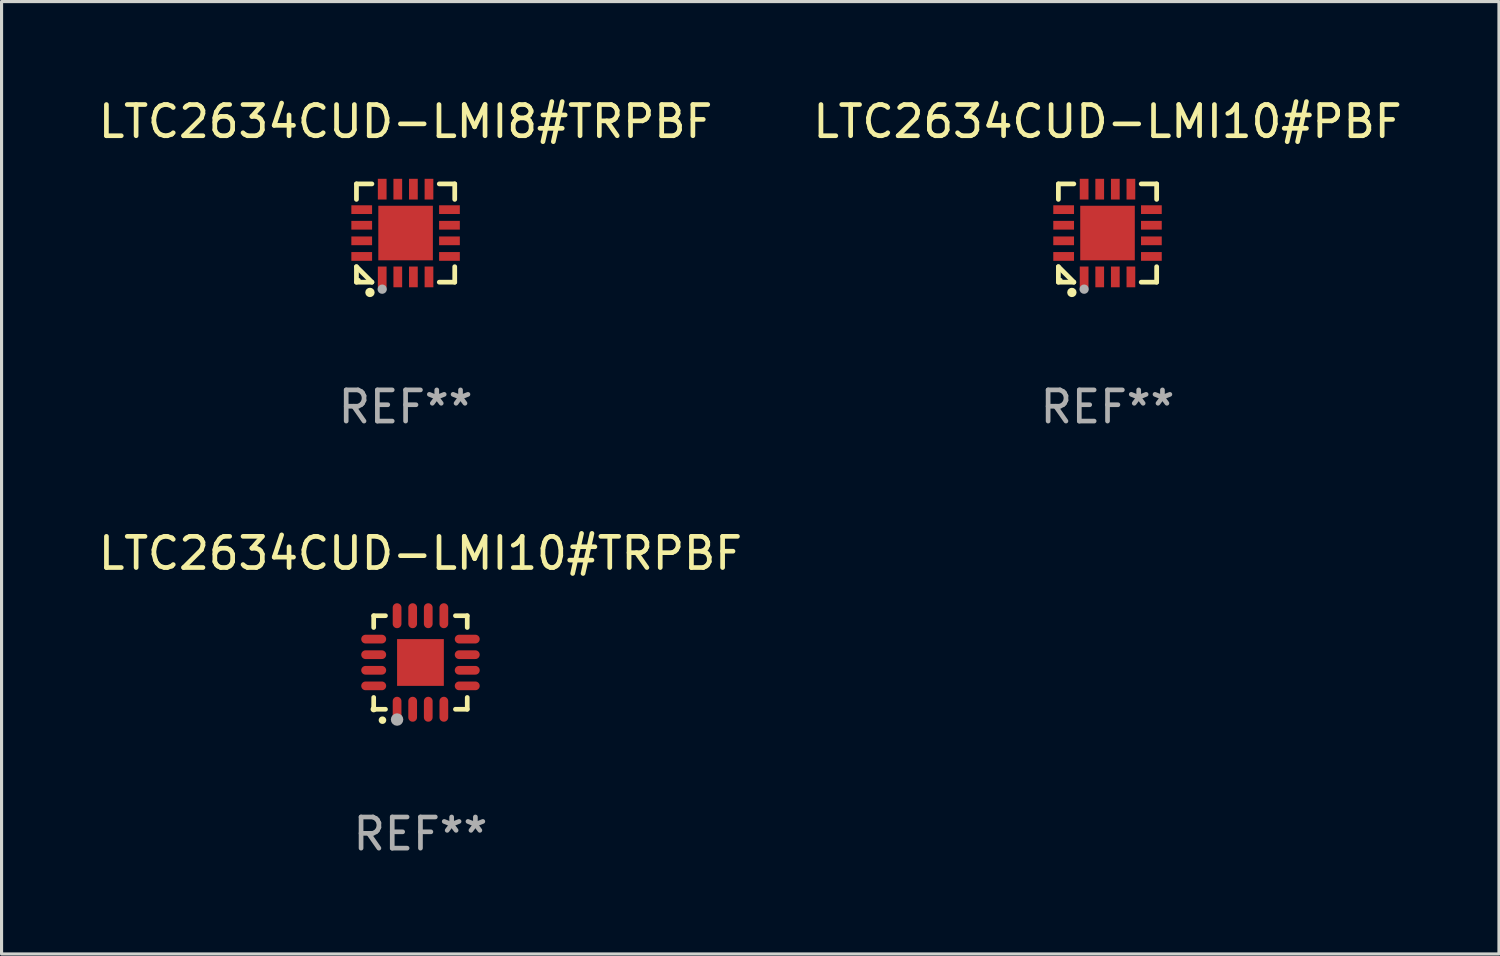
<source format=kicad_pcb>
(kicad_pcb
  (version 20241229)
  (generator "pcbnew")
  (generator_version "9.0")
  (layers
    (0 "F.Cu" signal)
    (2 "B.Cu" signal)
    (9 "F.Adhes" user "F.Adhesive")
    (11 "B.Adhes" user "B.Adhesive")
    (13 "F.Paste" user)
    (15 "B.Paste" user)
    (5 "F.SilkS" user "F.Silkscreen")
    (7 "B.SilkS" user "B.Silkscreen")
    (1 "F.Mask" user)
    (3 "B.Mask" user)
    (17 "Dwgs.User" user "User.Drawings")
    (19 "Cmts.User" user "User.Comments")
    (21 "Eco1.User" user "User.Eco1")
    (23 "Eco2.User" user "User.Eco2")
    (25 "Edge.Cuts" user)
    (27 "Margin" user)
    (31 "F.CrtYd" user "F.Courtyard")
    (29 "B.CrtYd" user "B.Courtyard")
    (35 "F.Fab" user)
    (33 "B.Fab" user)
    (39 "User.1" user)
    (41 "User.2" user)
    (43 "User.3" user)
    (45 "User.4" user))
  (footprint "LTC2634CUD-LMI10#PBF"
    (layer "F.Cu")
    (at 32.47 4.424)
    (property "Reference" "LTC2634CUD-LMI10#PBF" (at 0 -3.576 0) (layer "F.SilkS") (effects (font (size 1 1) (thickness 0.15))))
    (attr through_hole)
    (fp_line (start -1.576 -1.576) (end -1.08 -1.576) (stroke (width 0.152) (type solid)) (layer "F.SilkS"))
    (fp_line (start -1.576 -1.08) (end -1.576 -1.576) (stroke (width 0.152) (type solid)) (layer "F.SilkS"))
    (fp_line (start -1.576 1.08) (end -1.576 1.576) (stroke (width 0.152) (type solid)) (layer "F.SilkS"))
    (fp_line (start -1.576 1.576) (end -1.08 1.576) (stroke (width 0.152) (type solid)) (layer "F.SilkS"))
    (fp_line (start -1.08 1.576) (end -1.576 1.08) (stroke (width 0.152) (type solid)) (layer "F.SilkS"))
    (fp_line (start 1.576 -1.576) (end 1.08 -1.576) (stroke (width 0.152) (type solid)) (layer "F.SilkS"))
    (fp_line (start 1.576 -1.08) (end 1.576 -1.576) (stroke (width 0.152) (type solid)) (layer "F.SilkS"))
    (fp_line (start 1.576 1.08) (end 1.576 1.576) (stroke (width 0.152) (type solid)) (layer "F.SilkS"))
    (fp_line (start 1.576 1.576) (end 1.08 1.576) (stroke (width 0.152) (type solid)) (layer "F.SilkS"))
    (fp_circle (center -1.5 1.5) (end -1.47 1.5) (stroke (width 0.06) (type solid)) (fill no) (layer "F.SilkS"))
    (fp_circle (center -1.143 1.905) (end -1.068 1.905) (stroke (width 0.15) (type solid)) (fill no) (layer "F.SilkS"))
    (fp_circle (center -0.75 1.8) (end -0.675 1.8) (stroke (width 0.15) (type solid)) (fill no) (layer "F.Fab"))
    (fp_text user "REF**" (at 0 5.576 0) (layer "F.Fab") (effects (font (size 1 1) (thickness 0.15))))
    (pad "1" smd rect (at -0.75 1.407) (size 0.28 0.665) (layers "F.Cu" "F.Mask" "F.Paste"))
    (pad "2" smd rect (at -0.25 1.407) (size 0.28 0.665) (layers "F.Cu" "F.Mask" "F.Paste"))
    (pad "3" smd rect (at 0.25 1.407) (size 0.28 0.665) (layers "F.Cu" "F.Mask" "F.Paste"))
    (pad "4" smd rect (at 0.75 1.407) (size 0.28 0.665) (layers "F.Cu" "F.Mask" "F.Paste"))
    (pad "5" smd rect (at 1.407 0.75) (size 0.665 0.28) (layers "F.Cu" "F.Mask" "F.Paste"))
    (pad "6" smd rect (at 1.407 0.25) (size 0.665 0.28) (layers "F.Cu" "F.Mask" "F.Paste"))
    (pad "7" smd rect (at 1.407 -0.25) (size 0.665 0.28) (layers "F.Cu" "F.Mask" "F.Paste"))
    (pad "8" smd rect (at 1.407 -0.75) (size 0.665 0.28) (layers "F.Cu" "F.Mask" "F.Paste"))
    (pad "9" smd rect (at 0.75 -1.407) (size 0.28 0.665) (layers "F.Cu" "F.Mask" "F.Paste"))
    (pad "10" smd rect (at 0.25 -1.407) (size 0.28 0.665) (layers "F.Cu" "F.Mask" "F.Paste"))
    (pad "11" smd rect (at -0.25 -1.407) (size 0.28 0.665) (layers "F.Cu" "F.Mask" "F.Paste"))
    (pad "12" smd rect (at -0.75 -1.407) (size 0.28 0.665) (layers "F.Cu" "F.Mask" "F.Paste"))
    (pad "13" smd rect (at -1.407 -0.75) (size 0.665 0.28) (layers "F.Cu" "F.Mask" "F.Paste"))
    (pad "14" smd rect (at -1.407 -0.25) (size 0.665 0.28) (layers "F.Cu" "F.Mask" "F.Paste"))
    (pad "15" smd rect (at -1.407 0.25) (size 0.665 0.28) (layers "F.Cu" "F.Mask" "F.Paste"))
    (pad "16" smd rect (at -1.407 0.75) (size 0.665 0.28) (layers "F.Cu" "F.Mask" "F.Paste"))
    (pad "17" smd rect (at 0 0) (size 1.75 1.75) (layers "F.Cu" "F.Mask" "F.Paste")))
  (footprint "LTC2634CUD-LMI10#TRPBF"
    (layer "F.Cu")
    (at 10.435 18.197)
    (property "Reference" "LTC2634CUD-LMI10#TRPBF" (at 0 -3.5 0) (layer "F.SilkS") (effects (font (size 1 1) (thickness 0.15))))
    (attr through_hole)
    (fp_line (start -1.5 -1.5) (end -1.121 -1.5) (stroke (width 0.15) (type solid)) (layer "F.SilkS"))
    (fp_line (start -1.5 -1.122) (end -1.5 -1.5) (stroke (width 0.15) (type solid)) (layer "F.SilkS"))
    (fp_line (start -1.5 1.5) (end -1.5 1.121) (stroke (width 0.15) (type solid)) (layer "F.SilkS"))
    (fp_line (start -1.121 1.5) (end -1.5 1.5) (stroke (width 0.15) (type solid)) (layer "F.SilkS"))
    (fp_line (start 1.121 -1.5) (end 1.5 -1.5) (stroke (width 0.15) (type solid)) (layer "F.SilkS"))
    (fp_line (start 1.5 -1.5) (end 1.5 -1.122) (stroke (width 0.15) (type solid)) (layer "F.SilkS"))
    (fp_line (start 1.5 1.121) (end 1.5 1.5) (stroke (width 0.15) (type solid)) (layer "F.SilkS"))
    (fp_line (start 1.5 1.5) (end 1.121 1.5) (stroke (width 0.15) (type solid)) (layer "F.SilkS"))
    (fp_arc (start -1.219926 1.850254) (mid -1.21891 1.85025) (end -1.217894 1.850254) (stroke (width 0.240005) (type solid)) (layer "F.SilkS"))
    (fp_circle (center -1.5 1.5) (end -1.45 1.5) (stroke (width 0.1) (type solid)) (fill no) (layer "F.SilkS"))
    (fp_circle (center -0.75 1.83) (end -0.65 1.83) (stroke (width 0.2) (type solid)) (fill no) (layer "F.Fab"))
    (fp_text user "REF**" (at 0 5.5 0) (layer "F.Fab") (effects (font (size 1 1) (thickness 0.15))))
    (pad "1" smd oval (at -0.75 1.5) (size 0.28 0.8) (layers "F.Cu" "F.Mask" "F.Paste"))
    (pad "2" smd oval (at -0.25 1.5) (size 0.28 0.8) (layers "F.Cu" "F.Mask" "F.Paste"))
    (pad "3" smd oval (at 0.25 1.5) (size 0.28 0.8) (layers "F.Cu" "F.Mask" "F.Paste"))
    (pad "4" smd oval (at 0.75 1.5) (size 0.28 0.8) (layers "F.Cu" "F.Mask" "F.Paste"))
    (pad "5" smd oval (at 1.5 0.75) (size 0.8 0.28) (layers "F.Cu" "F.Mask" "F.Paste"))
    (pad "6" smd oval (at 1.5 0.25) (size 0.8 0.28) (layers "F.Cu" "F.Mask" "F.Paste"))
    (pad "7" smd oval (at 1.5 -0.25) (size 0.8 0.28) (layers "F.Cu" "F.Mask" "F.Paste"))
    (pad "8" smd oval (at 1.5 -0.75) (size 0.8 0.28) (layers "F.Cu" "F.Mask" "F.Paste"))
    (pad "9" smd oval (at 0.75 -1.5) (size 0.28 0.8) (layers "F.Cu" "F.Mask" "F.Paste"))
    (pad "10" smd oval (at 0.25 -1.5) (size 0.28 0.8) (layers "F.Cu" "F.Mask" "F.Paste"))
    (pad "11" smd oval (at -0.25 -1.5) (size 0.28 0.8) (layers "F.Cu" "F.Mask" "F.Paste"))
    (pad "12" smd oval (at -0.75 -1.5) (size 0.28 0.8) (layers "F.Cu" "F.Mask" "F.Paste"))
    (pad "13" smd oval (at -1.5 -0.75) (size 0.8 0.28) (layers "F.Cu" "F.Mask" "F.Paste"))
    (pad "14" smd oval (at -1.5 -0.25) (size 0.8 0.28) (layers "F.Cu" "F.Mask" "F.Paste"))
    (pad "15" smd oval (at -1.5 0.25) (size 0.8 0.28) (layers "F.Cu" "F.Mask" "F.Paste"))
    (pad "16" smd oval (at -1.5 0.75) (size 0.8 0.28) (layers "F.Cu" "F.Mask" "F.Paste"))
    (pad "17" smd rect (at -0.000064 0.000165) (size 1.5 1.5) (layers "F.Cu" "F.Mask" "F.Paste")))
  (footprint "LTC2634CUD-LMI8#TRPBF"
    (layer "F.Cu")
    (at 9.958 4.424)
    (property "Reference" "LTC2634CUD-LMI8#TRPBF" (at 0 -3.576 0) (layer "F.SilkS") (effects (font (size 1 1) (thickness 0.15))))
    (attr through_hole)
    (fp_line (start -1.576 -1.576) (end -1.08 -1.576) (stroke (width 0.152) (type solid)) (layer "F.SilkS"))
    (fp_line (start -1.576 -1.08) (end -1.576 -1.576) (stroke (width 0.152) (type solid)) (layer "F.SilkS"))
    (fp_line (start -1.576 1.08) (end -1.576 1.576) (stroke (width 0.152) (type solid)) (layer "F.SilkS"))
    (fp_line (start -1.576 1.576) (end -1.08 1.576) (stroke (width 0.152) (type solid)) (layer "F.SilkS"))
    (fp_line (start -1.08 1.576) (end -1.576 1.08) (stroke (width 0.152) (type solid)) (layer "F.SilkS"))
    (fp_line (start 1.576 -1.576) (end 1.08 -1.576) (stroke (width 0.152) (type solid)) (layer "F.SilkS"))
    (fp_line (start 1.576 -1.08) (end 1.576 -1.576) (stroke (width 0.152) (type solid)) (layer "F.SilkS"))
    (fp_line (start 1.576 1.08) (end 1.576 1.576) (stroke (width 0.152) (type solid)) (layer "F.SilkS"))
    (fp_line (start 1.576 1.576) (end 1.08 1.576) (stroke (width 0.152) (type solid)) (layer "F.SilkS"))
    (fp_circle (center -1.5 1.5) (end -1.47 1.5) (stroke (width 0.06) (type solid)) (fill no) (layer "F.SilkS"))
    (fp_circle (center -1.143 1.905) (end -1.068 1.905) (stroke (width 0.15) (type solid)) (fill no) (layer "F.SilkS"))
    (fp_circle (center -0.75 1.8) (end -0.675 1.8) (stroke (width 0.15) (type solid)) (fill no) (layer "F.Fab"))
    (fp_text user "REF**" (at 0 5.576 0) (layer "F.Fab") (effects (font (size 1 1) (thickness 0.15))))
    (pad "1" smd rect (at -0.75 1.407) (size 0.28 0.665) (layers "F.Cu" "F.Mask" "F.Paste"))
    (pad "2" smd rect (at -0.25 1.407) (size 0.28 0.665) (layers "F.Cu" "F.Mask" "F.Paste"))
    (pad "3" smd rect (at 0.25 1.407) (size 0.28 0.665) (layers "F.Cu" "F.Mask" "F.Paste"))
    (pad "4" smd rect (at 0.75 1.407) (size 0.28 0.665) (layers "F.Cu" "F.Mask" "F.Paste"))
    (pad "5" smd rect (at 1.407 0.75) (size 0.665 0.28) (layers "F.Cu" "F.Mask" "F.Paste"))
    (pad "6" smd rect (at 1.407 0.25) (size 0.665 0.28) (layers "F.Cu" "F.Mask" "F.Paste"))
    (pad "7" smd rect (at 1.407 -0.25) (size 0.665 0.28) (layers "F.Cu" "F.Mask" "F.Paste"))
    (pad "8" smd rect (at 1.407 -0.75) (size 0.665 0.28) (layers "F.Cu" "F.Mask" "F.Paste"))
    (pad "9" smd rect (at 0.75 -1.407) (size 0.28 0.665) (layers "F.Cu" "F.Mask" "F.Paste"))
    (pad "10" smd rect (at 0.25 -1.407) (size 0.28 0.665) (layers "F.Cu" "F.Mask" "F.Paste"))
    (pad "11" smd rect (at -0.25 -1.407) (size 0.28 0.665) (layers "F.Cu" "F.Mask" "F.Paste"))
    (pad "12" smd rect (at -0.75 -1.407) (size 0.28 0.665) (layers "F.Cu" "F.Mask" "F.Paste"))
    (pad "13" smd rect (at -1.407 -0.75) (size 0.665 0.28) (layers "F.Cu" "F.Mask" "F.Paste"))
    (pad "14" smd rect (at -1.407 -0.25) (size 0.665 0.28) (layers "F.Cu" "F.Mask" "F.Paste"))
    (pad "15" smd rect (at -1.407 0.25) (size 0.665 0.28) (layers "F.Cu" "F.Mask" "F.Paste"))
    (pad "16" smd rect (at -1.407 0.75) (size 0.665 0.28) (layers "F.Cu" "F.Mask" "F.Paste"))
    (pad "17" smd rect (at 0 0) (size 1.75 1.75) (layers "F.Cu" "F.Mask" "F.Paste")))
  (gr_rect
    (start -3 -3)
    (end 45.024 27.546)
    (stroke (width 0.1) (type default))
    (fill no)
    (layer "Edge.Cuts")))
</source>
